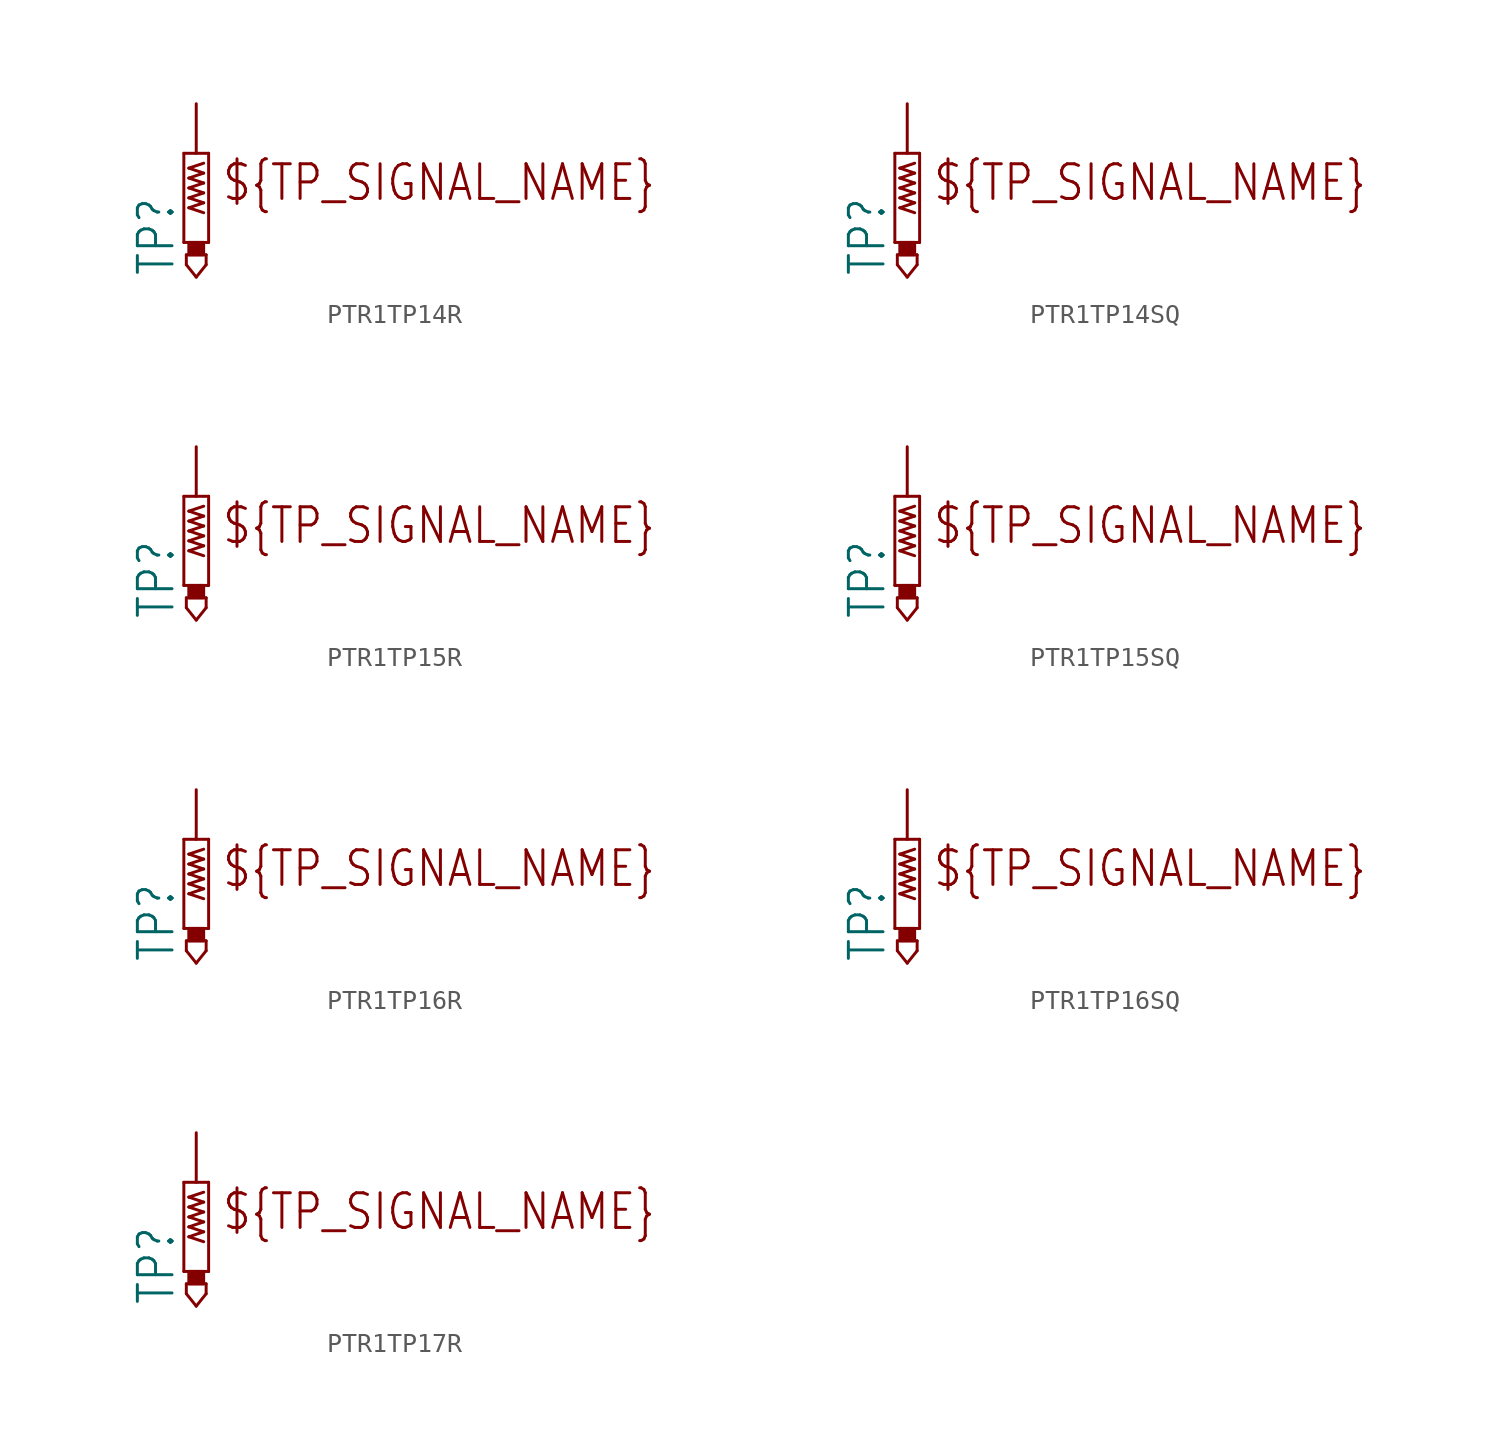
<source format=kicad_sym>
(kicad_symbol_lib
  (version 20231120)
  (generator "kicad_symbol_editor")
  (generator_version "8.0")
  (symbol "PTR1TP14R"
    (property "Reference" "TP"
      (at -1.016 -6.35 90)
      (effects (font (size 1.778 1.511)) (justify left bottom)))
    (property "ki_locked" ""
      (at 0 0 0)
      (effects (font (size 1.27 1.27))))
    (symbol "PTR1TP14R_1_0"
      (rectangle (start -0.381 -5.207) (end 0.381 -4.572) (stroke (width 0) (type default)) (fill (type outline)))
      (polyline (pts (xy -0.635 0) (xy -0.635 -4.572)) (stroke (width 0.152) (type solid)) (fill (type none)))
      (polyline (pts (xy -0.508 -5.715) (xy 0 -6.35)) (stroke (width 0.152) (type solid)) (fill (type none)))
      (polyline (pts (xy -0.508 -5.207) (xy -0.508 -5.715)) (stroke (width 0.152) (type solid)) (fill (type none)))
      (polyline (pts (xy -0.381 -2.794) (xy 0.381 -2.54)) (stroke (width 0.152) (type solid)) (fill (type none)))
      (polyline (pts (xy -0.381 -2.286) (xy 0.381 -2.032)) (stroke (width 0.152) (type solid)) (fill (type none)))
      (polyline (pts (xy -0.381 -1.778) (xy 0.381 -1.524)) (stroke (width 0.152) (type solid)) (fill (type none)))
      (polyline (pts (xy -0.381 -1.27) (xy 0.381 -1.016)) (stroke (width 0.152) (type solid)) (fill (type none)))
      (polyline (pts (xy -0.381 -0.762) (xy 0.381 -0.508)) (stroke (width 0.152) (type solid)) (fill (type none)))
      (polyline (pts (xy 0 -6.35) (xy 0.508 -5.715)) (stroke (width 0.152) (type solid)) (fill (type none)))
      (polyline (pts (xy 0.381 -3.048) (xy -0.381 -2.794)) (stroke (width 0.152) (type solid)) (fill (type none)))
      (polyline (pts (xy 0.381 -2.54) (xy -0.381 -2.286)) (stroke (width 0.152) (type solid)) (fill (type none)))
      (polyline (pts (xy 0.381 -2.032) (xy -0.381 -1.778)) (stroke (width 0.152) (type solid)) (fill (type none)))
      (polyline (pts (xy 0.381 -1.524) (xy -0.381 -1.27)) (stroke (width 0.152) (type solid)) (fill (type none)))
      (polyline (pts (xy 0.381 -1.016) (xy -0.381 -0.762)) (stroke (width 0.152) (type solid)) (fill (type none)))
      (polyline (pts (xy 0.508 -5.715) (xy 0.508 -5.207)) (stroke (width 0.152) (type solid)) (fill (type none)))
      (polyline (pts (xy 0.508 -5.207) (xy -0.508 -5.207)) (stroke (width 0.152) (type solid)) (fill (type none)))
      (polyline (pts (xy 0.635 -4.572) (xy -0.635 -4.572)) (stroke (width 0.152) (type solid)) (fill (type none)))
      (polyline (pts (xy 0.635 -4.572) (xy 0.635 0)) (stroke (width 0.152) (type solid)) (fill (type none)))
      (polyline (pts (xy 0.635 0) (xy -0.635 0)) (stroke (width 0.152) (type solid)) (fill (type none)))
      (text "${TP_SIGNAL_NAME}" (at 1.27 -2.54 0) (effects (font (size 1.778 1.511)) (justify left bottom)))
      (pin input line (at 0 2.54 270) (length 2.54) (name "TP" (effects (font (size 0 0)))) (number "TP" (effects (font (size 0 0)))))))
  (symbol "PTR1TP14SQ"
    (property "Reference" "TP"
      (at -1.016 -6.35 90)
      (effects (font (size 1.778 1.511)) (justify left bottom)))
    (property "ki_locked" ""
      (at 0 0 0)
      (effects (font (size 1.27 1.27))))
    (symbol "PTR1TP14SQ_1_0"
      (rectangle (start -0.381 -5.207) (end 0.381 -4.572) (stroke (width 0) (type default)) (fill (type outline)))
      (polyline (pts (xy -0.635 0) (xy -0.635 -4.572)) (stroke (width 0.152) (type solid)) (fill (type none)))
      (polyline (pts (xy -0.508 -5.715) (xy 0 -6.35)) (stroke (width 0.152) (type solid)) (fill (type none)))
      (polyline (pts (xy -0.508 -5.207) (xy -0.508 -5.715)) (stroke (width 0.152) (type solid)) (fill (type none)))
      (polyline (pts (xy -0.381 -2.794) (xy 0.381 -2.54)) (stroke (width 0.152) (type solid)) (fill (type none)))
      (polyline (pts (xy -0.381 -2.286) (xy 0.381 -2.032)) (stroke (width 0.152) (type solid)) (fill (type none)))
      (polyline (pts (xy -0.381 -1.778) (xy 0.381 -1.524)) (stroke (width 0.152) (type solid)) (fill (type none)))
      (polyline (pts (xy -0.381 -1.27) (xy 0.381 -1.016)) (stroke (width 0.152) (type solid)) (fill (type none)))
      (polyline (pts (xy -0.381 -0.762) (xy 0.381 -0.508)) (stroke (width 0.152) (type solid)) (fill (type none)))
      (polyline (pts (xy 0 -6.35) (xy 0.508 -5.715)) (stroke (width 0.152) (type solid)) (fill (type none)))
      (polyline (pts (xy 0.381 -3.048) (xy -0.381 -2.794)) (stroke (width 0.152) (type solid)) (fill (type none)))
      (polyline (pts (xy 0.381 -2.54) (xy -0.381 -2.286)) (stroke (width 0.152) (type solid)) (fill (type none)))
      (polyline (pts (xy 0.381 -2.032) (xy -0.381 -1.778)) (stroke (width 0.152) (type solid)) (fill (type none)))
      (polyline (pts (xy 0.381 -1.524) (xy -0.381 -1.27)) (stroke (width 0.152) (type solid)) (fill (type none)))
      (polyline (pts (xy 0.381 -1.016) (xy -0.381 -0.762)) (stroke (width 0.152) (type solid)) (fill (type none)))
      (polyline (pts (xy 0.508 -5.715) (xy 0.508 -5.207)) (stroke (width 0.152) (type solid)) (fill (type none)))
      (polyline (pts (xy 0.508 -5.207) (xy -0.508 -5.207)) (stroke (width 0.152) (type solid)) (fill (type none)))
      (polyline (pts (xy 0.635 -4.572) (xy -0.635 -4.572)) (stroke (width 0.152) (type solid)) (fill (type none)))
      (polyline (pts (xy 0.635 -4.572) (xy 0.635 0)) (stroke (width 0.152) (type solid)) (fill (type none)))
      (polyline (pts (xy 0.635 0) (xy -0.635 0)) (stroke (width 0.152) (type solid)) (fill (type none)))
      (text "${TP_SIGNAL_NAME}" (at 1.27 -2.54 0) (effects (font (size 1.778 1.511)) (justify left bottom)))
      (pin input line (at 0 2.54 270) (length 2.54) (name "TP" (effects (font (size 0 0)))) (number "TP" (effects (font (size 0 0)))))))
  (symbol "PTR1TP15R"
    (property "Reference" "TP"
      (at -1.016 -6.35 90)
      (effects (font (size 1.778 1.511)) (justify left bottom)))
    (property "ki_locked" ""
      (at 0 0 0)
      (effects (font (size 1.27 1.27))))
    (symbol "PTR1TP15R_1_0"
      (rectangle (start -0.381 -5.207) (end 0.381 -4.572) (stroke (width 0) (type default)) (fill (type outline)))
      (polyline (pts (xy -0.635 0) (xy -0.635 -4.572)) (stroke (width 0.152) (type solid)) (fill (type none)))
      (polyline (pts (xy -0.508 -5.715) (xy 0 -6.35)) (stroke (width 0.152) (type solid)) (fill (type none)))
      (polyline (pts (xy -0.508 -5.207) (xy -0.508 -5.715)) (stroke (width 0.152) (type solid)) (fill (type none)))
      (polyline (pts (xy -0.381 -2.794) (xy 0.381 -2.54)) (stroke (width 0.152) (type solid)) (fill (type none)))
      (polyline (pts (xy -0.381 -2.286) (xy 0.381 -2.032)) (stroke (width 0.152) (type solid)) (fill (type none)))
      (polyline (pts (xy -0.381 -1.778) (xy 0.381 -1.524)) (stroke (width 0.152) (type solid)) (fill (type none)))
      (polyline (pts (xy -0.381 -1.27) (xy 0.381 -1.016)) (stroke (width 0.152) (type solid)) (fill (type none)))
      (polyline (pts (xy -0.381 -0.762) (xy 0.381 -0.508)) (stroke (width 0.152) (type solid)) (fill (type none)))
      (polyline (pts (xy 0 -6.35) (xy 0.508 -5.715)) (stroke (width 0.152) (type solid)) (fill (type none)))
      (polyline (pts (xy 0.381 -3.048) (xy -0.381 -2.794)) (stroke (width 0.152) (type solid)) (fill (type none)))
      (polyline (pts (xy 0.381 -2.54) (xy -0.381 -2.286)) (stroke (width 0.152) (type solid)) (fill (type none)))
      (polyline (pts (xy 0.381 -2.032) (xy -0.381 -1.778)) (stroke (width 0.152) (type solid)) (fill (type none)))
      (polyline (pts (xy 0.381 -1.524) (xy -0.381 -1.27)) (stroke (width 0.152) (type solid)) (fill (type none)))
      (polyline (pts (xy 0.381 -1.016) (xy -0.381 -0.762)) (stroke (width 0.152) (type solid)) (fill (type none)))
      (polyline (pts (xy 0.508 -5.715) (xy 0.508 -5.207)) (stroke (width 0.152) (type solid)) (fill (type none)))
      (polyline (pts (xy 0.508 -5.207) (xy -0.508 -5.207)) (stroke (width 0.152) (type solid)) (fill (type none)))
      (polyline (pts (xy 0.635 -4.572) (xy -0.635 -4.572)) (stroke (width 0.152) (type solid)) (fill (type none)))
      (polyline (pts (xy 0.635 -4.572) (xy 0.635 0)) (stroke (width 0.152) (type solid)) (fill (type none)))
      (polyline (pts (xy 0.635 0) (xy -0.635 0)) (stroke (width 0.152) (type solid)) (fill (type none)))
      (text "${TP_SIGNAL_NAME}" (at 1.27 -2.54 0) (effects (font (size 1.778 1.511)) (justify left bottom)))
      (pin input line (at 0 2.54 270) (length 2.54) (name "TP" (effects (font (size 0 0)))) (number "TP" (effects (font (size 0 0)))))))
  (symbol "PTR1TP15SQ"
    (property "Reference" "TP"
      (at -1.016 -6.35 90)
      (effects (font (size 1.778 1.511)) (justify left bottom)))
    (property "ki_locked" ""
      (at 0 0 0)
      (effects (font (size 1.27 1.27))))
    (symbol "PTR1TP15SQ_1_0"
      (rectangle (start -0.381 -5.207) (end 0.381 -4.572) (stroke (width 0) (type default)) (fill (type outline)))
      (polyline (pts (xy -0.635 0) (xy -0.635 -4.572)) (stroke (width 0.152) (type solid)) (fill (type none)))
      (polyline (pts (xy -0.508 -5.715) (xy 0 -6.35)) (stroke (width 0.152) (type solid)) (fill (type none)))
      (polyline (pts (xy -0.508 -5.207) (xy -0.508 -5.715)) (stroke (width 0.152) (type solid)) (fill (type none)))
      (polyline (pts (xy -0.381 -2.794) (xy 0.381 -2.54)) (stroke (width 0.152) (type solid)) (fill (type none)))
      (polyline (pts (xy -0.381 -2.286) (xy 0.381 -2.032)) (stroke (width 0.152) (type solid)) (fill (type none)))
      (polyline (pts (xy -0.381 -1.778) (xy 0.381 -1.524)) (stroke (width 0.152) (type solid)) (fill (type none)))
      (polyline (pts (xy -0.381 -1.27) (xy 0.381 -1.016)) (stroke (width 0.152) (type solid)) (fill (type none)))
      (polyline (pts (xy -0.381 -0.762) (xy 0.381 -0.508)) (stroke (width 0.152) (type solid)) (fill (type none)))
      (polyline (pts (xy 0 -6.35) (xy 0.508 -5.715)) (stroke (width 0.152) (type solid)) (fill (type none)))
      (polyline (pts (xy 0.381 -3.048) (xy -0.381 -2.794)) (stroke (width 0.152) (type solid)) (fill (type none)))
      (polyline (pts (xy 0.381 -2.54) (xy -0.381 -2.286)) (stroke (width 0.152) (type solid)) (fill (type none)))
      (polyline (pts (xy 0.381 -2.032) (xy -0.381 -1.778)) (stroke (width 0.152) (type solid)) (fill (type none)))
      (polyline (pts (xy 0.381 -1.524) (xy -0.381 -1.27)) (stroke (width 0.152) (type solid)) (fill (type none)))
      (polyline (pts (xy 0.381 -1.016) (xy -0.381 -0.762)) (stroke (width 0.152) (type solid)) (fill (type none)))
      (polyline (pts (xy 0.508 -5.715) (xy 0.508 -5.207)) (stroke (width 0.152) (type solid)) (fill (type none)))
      (polyline (pts (xy 0.508 -5.207) (xy -0.508 -5.207)) (stroke (width 0.152) (type solid)) (fill (type none)))
      (polyline (pts (xy 0.635 -4.572) (xy -0.635 -4.572)) (stroke (width 0.152) (type solid)) (fill (type none)))
      (polyline (pts (xy 0.635 -4.572) (xy 0.635 0)) (stroke (width 0.152) (type solid)) (fill (type none)))
      (polyline (pts (xy 0.635 0) (xy -0.635 0)) (stroke (width 0.152) (type solid)) (fill (type none)))
      (text "${TP_SIGNAL_NAME}" (at 1.27 -2.54 0) (effects (font (size 1.778 1.511)) (justify left bottom)))
      (pin input line (at 0 2.54 270) (length 2.54) (name "TP" (effects (font (size 0 0)))) (number "TP" (effects (font (size 0 0)))))))
  (symbol "PTR1TP16R"
    (property "Reference" "TP"
      (at -1.016 -6.35 90)
      (effects (font (size 1.778 1.511)) (justify left bottom)))
    (property "ki_locked" ""
      (at 0 0 0)
      (effects (font (size 1.27 1.27))))
    (symbol "PTR1TP16R_1_0"
      (rectangle (start -0.381 -5.207) (end 0.381 -4.572) (stroke (width 0) (type default)) (fill (type outline)))
      (polyline (pts (xy -0.635 0) (xy -0.635 -4.572)) (stroke (width 0.152) (type solid)) (fill (type none)))
      (polyline (pts (xy -0.508 -5.715) (xy 0 -6.35)) (stroke (width 0.152) (type solid)) (fill (type none)))
      (polyline (pts (xy -0.508 -5.207) (xy -0.508 -5.715)) (stroke (width 0.152) (type solid)) (fill (type none)))
      (polyline (pts (xy -0.381 -2.794) (xy 0.381 -2.54)) (stroke (width 0.152) (type solid)) (fill (type none)))
      (polyline (pts (xy -0.381 -2.286) (xy 0.381 -2.032)) (stroke (width 0.152) (type solid)) (fill (type none)))
      (polyline (pts (xy -0.381 -1.778) (xy 0.381 -1.524)) (stroke (width 0.152) (type solid)) (fill (type none)))
      (polyline (pts (xy -0.381 -1.27) (xy 0.381 -1.016)) (stroke (width 0.152) (type solid)) (fill (type none)))
      (polyline (pts (xy -0.381 -0.762) (xy 0.381 -0.508)) (stroke (width 0.152) (type solid)) (fill (type none)))
      (polyline (pts (xy 0 -6.35) (xy 0.508 -5.715)) (stroke (width 0.152) (type solid)) (fill (type none)))
      (polyline (pts (xy 0.381 -3.048) (xy -0.381 -2.794)) (stroke (width 0.152) (type solid)) (fill (type none)))
      (polyline (pts (xy 0.381 -2.54) (xy -0.381 -2.286)) (stroke (width 0.152) (type solid)) (fill (type none)))
      (polyline (pts (xy 0.381 -2.032) (xy -0.381 -1.778)) (stroke (width 0.152) (type solid)) (fill (type none)))
      (polyline (pts (xy 0.381 -1.524) (xy -0.381 -1.27)) (stroke (width 0.152) (type solid)) (fill (type none)))
      (polyline (pts (xy 0.381 -1.016) (xy -0.381 -0.762)) (stroke (width 0.152) (type solid)) (fill (type none)))
      (polyline (pts (xy 0.508 -5.715) (xy 0.508 -5.207)) (stroke (width 0.152) (type solid)) (fill (type none)))
      (polyline (pts (xy 0.508 -5.207) (xy -0.508 -5.207)) (stroke (width 0.152) (type solid)) (fill (type none)))
      (polyline (pts (xy 0.635 -4.572) (xy -0.635 -4.572)) (stroke (width 0.152) (type solid)) (fill (type none)))
      (polyline (pts (xy 0.635 -4.572) (xy 0.635 0)) (stroke (width 0.152) (type solid)) (fill (type none)))
      (polyline (pts (xy 0.635 0) (xy -0.635 0)) (stroke (width 0.152) (type solid)) (fill (type none)))
      (text "${TP_SIGNAL_NAME}" (at 1.27 -2.54 0) (effects (font (size 1.778 1.511)) (justify left bottom)))
      (pin input line (at 0 2.54 270) (length 2.54) (name "TP" (effects (font (size 0 0)))) (number "TP" (effects (font (size 0 0)))))))
  (symbol "PTR1TP16SQ"
    (property "Reference" "TP"
      (at -1.016 -6.35 90)
      (effects (font (size 1.778 1.511)) (justify left bottom)))
    (property "ki_locked" ""
      (at 0 0 0)
      (effects (font (size 1.27 1.27))))
    (symbol "PTR1TP16SQ_1_0"
      (rectangle (start -0.381 -5.207) (end 0.381 -4.572) (stroke (width 0) (type default)) (fill (type outline)))
      (polyline (pts (xy -0.635 0) (xy -0.635 -4.572)) (stroke (width 0.152) (type solid)) (fill (type none)))
      (polyline (pts (xy -0.508 -5.715) (xy 0 -6.35)) (stroke (width 0.152) (type solid)) (fill (type none)))
      (polyline (pts (xy -0.508 -5.207) (xy -0.508 -5.715)) (stroke (width 0.152) (type solid)) (fill (type none)))
      (polyline (pts (xy -0.381 -2.794) (xy 0.381 -2.54)) (stroke (width 0.152) (type solid)) (fill (type none)))
      (polyline (pts (xy -0.381 -2.286) (xy 0.381 -2.032)) (stroke (width 0.152) (type solid)) (fill (type none)))
      (polyline (pts (xy -0.381 -1.778) (xy 0.381 -1.524)) (stroke (width 0.152) (type solid)) (fill (type none)))
      (polyline (pts (xy -0.381 -1.27) (xy 0.381 -1.016)) (stroke (width 0.152) (type solid)) (fill (type none)))
      (polyline (pts (xy -0.381 -0.762) (xy 0.381 -0.508)) (stroke (width 0.152) (type solid)) (fill (type none)))
      (polyline (pts (xy 0 -6.35) (xy 0.508 -5.715)) (stroke (width 0.152) (type solid)) (fill (type none)))
      (polyline (pts (xy 0.381 -3.048) (xy -0.381 -2.794)) (stroke (width 0.152) (type solid)) (fill (type none)))
      (polyline (pts (xy 0.381 -2.54) (xy -0.381 -2.286)) (stroke (width 0.152) (type solid)) (fill (type none)))
      (polyline (pts (xy 0.381 -2.032) (xy -0.381 -1.778)) (stroke (width 0.152) (type solid)) (fill (type none)))
      (polyline (pts (xy 0.381 -1.524) (xy -0.381 -1.27)) (stroke (width 0.152) (type solid)) (fill (type none)))
      (polyline (pts (xy 0.381 -1.016) (xy -0.381 -0.762)) (stroke (width 0.152) (type solid)) (fill (type none)))
      (polyline (pts (xy 0.508 -5.715) (xy 0.508 -5.207)) (stroke (width 0.152) (type solid)) (fill (type none)))
      (polyline (pts (xy 0.508 -5.207) (xy -0.508 -5.207)) (stroke (width 0.152) (type solid)) (fill (type none)))
      (polyline (pts (xy 0.635 -4.572) (xy -0.635 -4.572)) (stroke (width 0.152) (type solid)) (fill (type none)))
      (polyline (pts (xy 0.635 -4.572) (xy 0.635 0)) (stroke (width 0.152) (type solid)) (fill (type none)))
      (polyline (pts (xy 0.635 0) (xy -0.635 0)) (stroke (width 0.152) (type solid)) (fill (type none)))
      (text "${TP_SIGNAL_NAME}" (at 1.27 -2.54 0) (effects (font (size 1.778 1.511)) (justify left bottom)))
      (pin input line (at 0 2.54 270) (length 2.54) (name "TP" (effects (font (size 0 0)))) (number "TP" (effects (font (size 0 0)))))))
  (symbol "PTR1TP17R"
    (property "Reference" "TP"
      (at -1.016 -6.35 90)
      (effects (font (size 1.778 1.511)) (justify left bottom)))
    (property "ki_locked" ""
      (at 0 0 0)
      (effects (font (size 1.27 1.27))))
    (symbol "PTR1TP17R_1_0"
      (rectangle (start -0.381 -5.207) (end 0.381 -4.572) (stroke (width 0) (type default)) (fill (type outline)))
      (polyline (pts (xy -0.635 0) (xy -0.635 -4.572)) (stroke (width 0.152) (type solid)) (fill (type none)))
      (polyline (pts (xy -0.508 -5.715) (xy 0 -6.35)) (stroke (width 0.152) (type solid)) (fill (type none)))
      (polyline (pts (xy -0.508 -5.207) (xy -0.508 -5.715)) (stroke (width 0.152) (type solid)) (fill (type none)))
      (polyline (pts (xy -0.381 -2.794) (xy 0.381 -2.54)) (stroke (width 0.152) (type solid)) (fill (type none)))
      (polyline (pts (xy -0.381 -2.286) (xy 0.381 -2.032)) (stroke (width 0.152) (type solid)) (fill (type none)))
      (polyline (pts (xy -0.381 -1.778) (xy 0.381 -1.524)) (stroke (width 0.152) (type solid)) (fill (type none)))
      (polyline (pts (xy -0.381 -1.27) (xy 0.381 -1.016)) (stroke (width 0.152) (type solid)) (fill (type none)))
      (polyline (pts (xy -0.381 -0.762) (xy 0.381 -0.508)) (stroke (width 0.152) (type solid)) (fill (type none)))
      (polyline (pts (xy 0 -6.35) (xy 0.508 -5.715)) (stroke (width 0.152) (type solid)) (fill (type none)))
      (polyline (pts (xy 0.381 -3.048) (xy -0.381 -2.794)) (stroke (width 0.152) (type solid)) (fill (type none)))
      (polyline (pts (xy 0.381 -2.54) (xy -0.381 -2.286)) (stroke (width 0.152) (type solid)) (fill (type none)))
      (polyline (pts (xy 0.381 -2.032) (xy -0.381 -1.778)) (stroke (width 0.152) (type solid)) (fill (type none)))
      (polyline (pts (xy 0.381 -1.524) (xy -0.381 -1.27)) (stroke (width 0.152) (type solid)) (fill (type none)))
      (polyline (pts (xy 0.381 -1.016) (xy -0.381 -0.762)) (stroke (width 0.152) (type solid)) (fill (type none)))
      (polyline (pts (xy 0.508 -5.715) (xy 0.508 -5.207)) (stroke (width 0.152) (type solid)) (fill (type none)))
      (polyline (pts (xy 0.508 -5.207) (xy -0.508 -5.207)) (stroke (width 0.152) (type solid)) (fill (type none)))
      (polyline (pts (xy 0.635 -4.572) (xy -0.635 -4.572)) (stroke (width 0.152) (type solid)) (fill (type none)))
      (polyline (pts (xy 0.635 -4.572) (xy 0.635 0)) (stroke (width 0.152) (type solid)) (fill (type none)))
      (polyline (pts (xy 0.635 0) (xy -0.635 0)) (stroke (width 0.152) (type solid)) (fill (type none)))
      (text "${TP_SIGNAL_NAME}" (at 1.27 -2.54 0) (effects (font (size 1.778 1.511)) (justify left bottom)))
      (pin input line (at 0 2.54 270) (length 2.54) (name "TP" (effects (font (size 0 0)))) (number "TP" (effects (font (size 0 0))))))))
</source>
